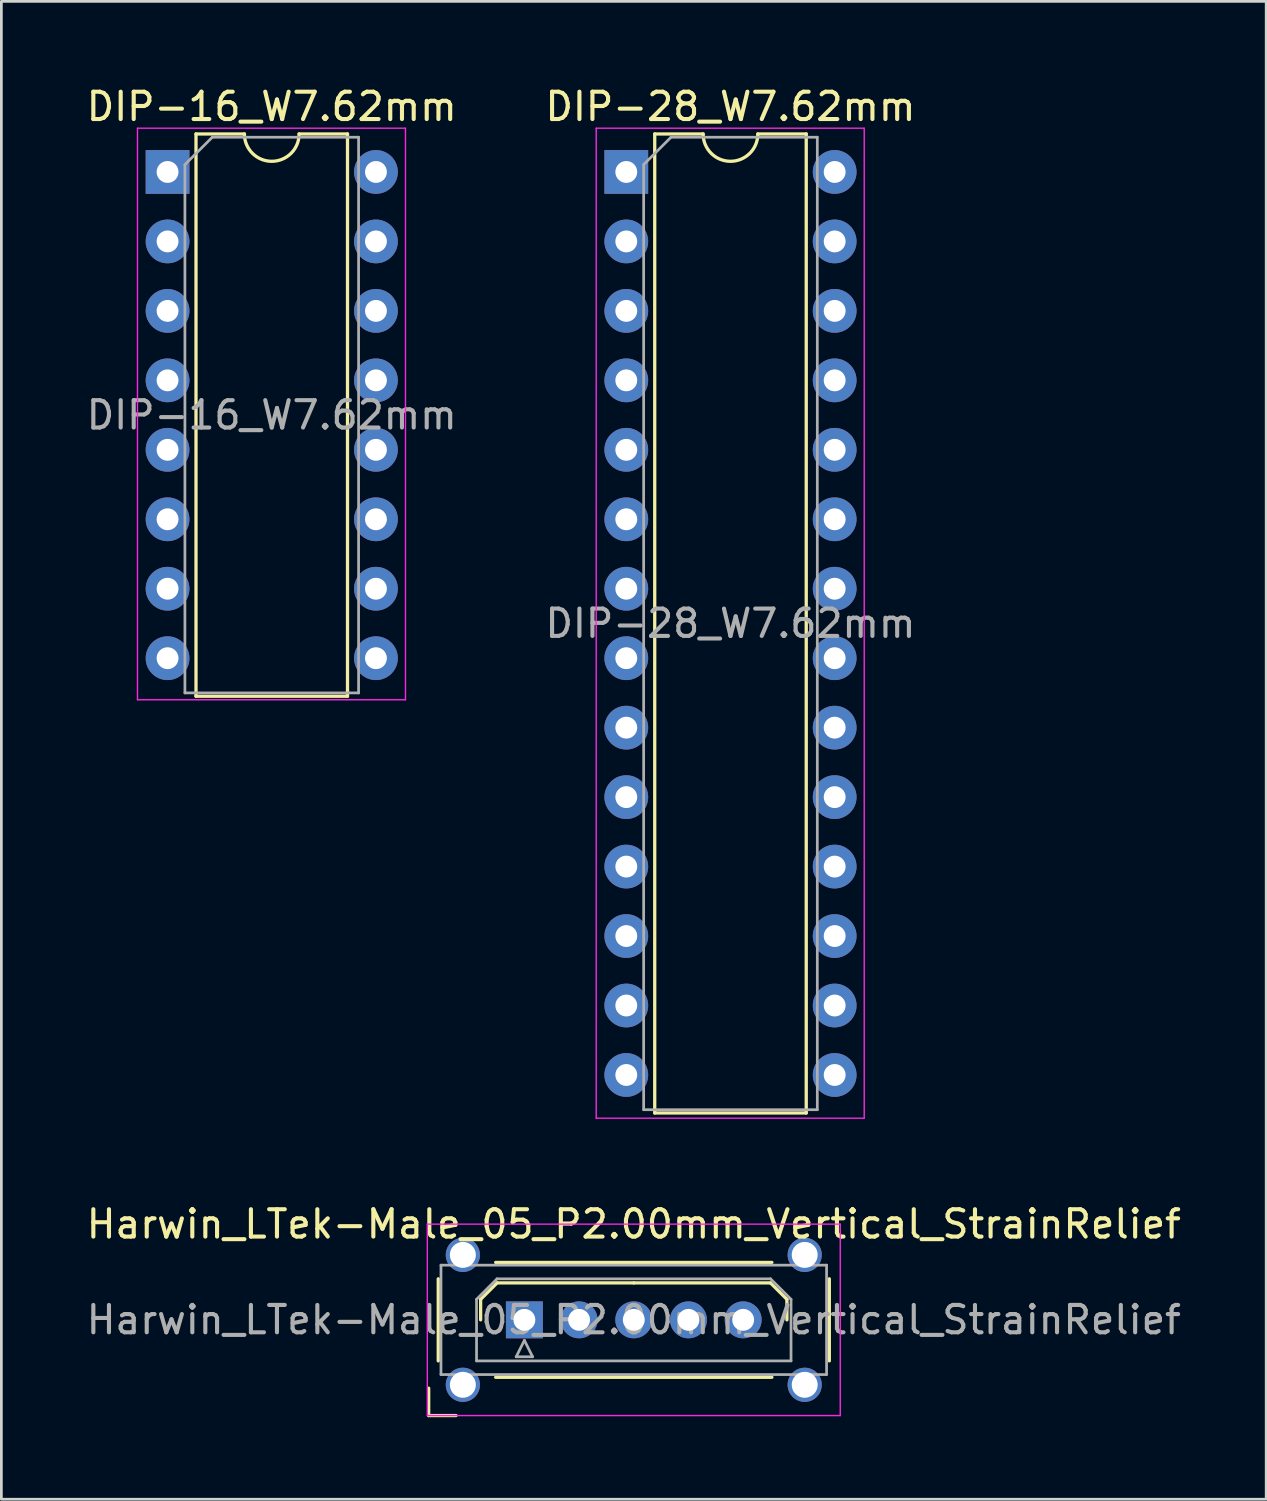
<source format=kicad_pcb>
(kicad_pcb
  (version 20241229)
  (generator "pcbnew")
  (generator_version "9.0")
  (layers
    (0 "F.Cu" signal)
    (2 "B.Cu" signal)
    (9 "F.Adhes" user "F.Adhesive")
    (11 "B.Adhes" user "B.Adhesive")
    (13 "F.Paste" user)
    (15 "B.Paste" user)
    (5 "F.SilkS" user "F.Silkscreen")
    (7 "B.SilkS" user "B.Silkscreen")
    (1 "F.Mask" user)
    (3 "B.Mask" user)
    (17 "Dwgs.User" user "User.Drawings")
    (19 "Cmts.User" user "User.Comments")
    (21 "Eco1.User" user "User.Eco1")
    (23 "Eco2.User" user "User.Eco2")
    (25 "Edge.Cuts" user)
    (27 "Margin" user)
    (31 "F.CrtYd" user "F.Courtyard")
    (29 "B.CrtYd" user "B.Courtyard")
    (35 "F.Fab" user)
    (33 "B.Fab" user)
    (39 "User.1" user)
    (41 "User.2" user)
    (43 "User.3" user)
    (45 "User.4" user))
  (footprint "DIP-28_W7.62mm"
    (layer "F.Cu")
    (at 19.851 3.238)
    (property "Reference" "DIP-28_W7.62mm" (at 3.81 -2.39 0) (layer "F.SilkS") (effects (font (size 1 1) (thickness 0.15))))
    (attr through_hole)
    (fp_line (start 1.04 -1.39) (end 1.04 34.41) (stroke (width 0.12) (type solid)) (layer "F.SilkS"))
    (fp_line (start 1.04 34.41) (end 6.58 34.41) (stroke (width 0.12) (type solid)) (layer "F.SilkS"))
    (fp_line (start 2.81 -1.39) (end 1.04 -1.39) (stroke (width 0.12) (type solid)) (layer "F.SilkS"))
    (fp_line (start 6.58 -1.39) (end 4.81 -1.39) (stroke (width 0.12) (type solid)) (layer "F.SilkS"))
    (fp_line (start 6.58 34.41) (end 6.58 -1.39) (stroke (width 0.12) (type solid)) (layer "F.SilkS"))
    (fp_arc (start 4.81 -1.39) (mid 3.81 -0.39) (end 2.81 -1.39) (stroke (width 0.12) (type solid)) (layer "F.SilkS"))
    (fp_line (start -1.1 -1.6) (end -1.1 34.6) (stroke (width 0.05) (type solid)) (layer "F.CrtYd"))
    (fp_line (start -1.1 34.6) (end 8.7 34.6) (stroke (width 0.05) (type solid)) (layer "F.CrtYd"))
    (fp_line (start 8.7 -1.6) (end -1.1 -1.6) (stroke (width 0.05) (type solid)) (layer "F.CrtYd"))
    (fp_line (start 8.7 34.6) (end 8.7 -1.6) (stroke (width 0.05) (type solid)) (layer "F.CrtYd"))
    (fp_line (start 0.635 -0.27) (end 1.635 -1.27) (stroke (width 0.1) (type solid)) (layer "F.Fab"))
    (fp_line (start 0.635 34.29) (end 0.635 -0.27) (stroke (width 0.1) (type solid)) (layer "F.Fab"))
    (fp_line (start 1.635 -1.27) (end 6.985 -1.27) (stroke (width 0.1) (type solid)) (layer "F.Fab"))
    (fp_line (start 6.985 -1.27) (end 6.985 34.29) (stroke (width 0.1) (type solid)) (layer "F.Fab"))
    (fp_line (start 6.985 34.29) (end 0.635 34.29) (stroke (width 0.1) (type solid)) (layer "F.Fab"))
    (fp_text user "${REFERENCE}" (at 3.81 16.51 0) (layer "F.Fab") (effects (font (size 1 1) (thickness 0.15))))
    (pad "1" thru_hole rect (at 0 0) (size 1.6 1.6) (drill 0.8) (layers "*.Cu" "*.Mask"))
    (pad "2" thru_hole oval (at 0 2.54) (size 1.6 1.6) (drill 0.8) (layers "*.Cu" "*.Mask"))
    (pad "3" thru_hole oval (at 0 5.08) (size 1.6 1.6) (drill 0.8) (layers "*.Cu" "*.Mask"))
    (pad "4" thru_hole oval (at 0 7.62) (size 1.6 1.6) (drill 0.8) (layers "*.Cu" "*.Mask"))
    (pad "5" thru_hole oval (at 0 10.16) (size 1.6 1.6) (drill 0.8) (layers "*.Cu" "*.Mask"))
    (pad "6" thru_hole oval (at 0 12.7) (size 1.6 1.6) (drill 0.8) (layers "*.Cu" "*.Mask"))
    (pad "7" thru_hole oval (at 0 15.24) (size 1.6 1.6) (drill 0.8) (layers "*.Cu" "*.Mask"))
    (pad "8" thru_hole oval (at 0 17.78) (size 1.6 1.6) (drill 0.8) (layers "*.Cu" "*.Mask"))
    (pad "9" thru_hole oval (at 0 20.32) (size 1.6 1.6) (drill 0.8) (layers "*.Cu" "*.Mask"))
    (pad "10" thru_hole oval (at 0 22.86) (size 1.6 1.6) (drill 0.8) (layers "*.Cu" "*.Mask"))
    (pad "11" thru_hole oval (at 0 25.4) (size 1.6 1.6) (drill 0.8) (layers "*.Cu" "*.Mask"))
    (pad "12" thru_hole oval (at 0 27.94) (size 1.6 1.6) (drill 0.8) (layers "*.Cu" "*.Mask"))
    (pad "13" thru_hole oval (at 0 30.48) (size 1.6 1.6) (drill 0.8) (layers "*.Cu" "*.Mask"))
    (pad "14" thru_hole oval (at 0 33.02) (size 1.6 1.6) (drill 0.8) (layers "*.Cu" "*.Mask"))
    (pad "15" thru_hole oval (at 7.62 33.02) (size 1.6 1.6) (drill 0.8) (layers "*.Cu" "*.Mask"))
    (pad "16" thru_hole oval (at 7.62 30.48) (size 1.6 1.6) (drill 0.8) (layers "*.Cu" "*.Mask"))
    (pad "17" thru_hole oval (at 7.62 27.94) (size 1.6 1.6) (drill 0.8) (layers "*.Cu" "*.Mask"))
    (pad "18" thru_hole oval (at 7.62 25.4) (size 1.6 1.6) (drill 0.8) (layers "*.Cu" "*.Mask"))
    (pad "19" thru_hole oval (at 7.62 22.86) (size 1.6 1.6) (drill 0.8) (layers "*.Cu" "*.Mask"))
    (pad "20" thru_hole oval (at 7.62 20.32) (size 1.6 1.6) (drill 0.8) (layers "*.Cu" "*.Mask"))
    (pad "21" thru_hole oval (at 7.62 17.78) (size 1.6 1.6) (drill 0.8) (layers "*.Cu" "*.Mask"))
    (pad "22" thru_hole oval (at 7.62 15.24) (size 1.6 1.6) (drill 0.8) (layers "*.Cu" "*.Mask"))
    (pad "23" thru_hole oval (at 7.62 12.7) (size 1.6 1.6) (drill 0.8) (layers "*.Cu" "*.Mask"))
    (pad "24" thru_hole oval (at 7.62 10.16) (size 1.6 1.6) (drill 0.8) (layers "*.Cu" "*.Mask"))
    (pad "25" thru_hole oval (at 7.62 7.62) (size 1.6 1.6) (drill 0.8) (layers "*.Cu" "*.Mask"))
    (pad "26" thru_hole oval (at 7.62 5.08) (size 1.6 1.6) (drill 0.8) (layers "*.Cu" "*.Mask"))
    (pad "27" thru_hole oval (at 7.62 2.54) (size 1.6 1.6) (drill 0.8) (layers "*.Cu" "*.Mask"))
    (pad "28" thru_hole oval (at 7.62 0) (size 1.6 1.6) (drill 0.8) (layers "*.Cu" "*.Mask")))
  (footprint "Harwin_LTek-Male_05_P2.00mm_Vertical_StrainRelief"
    (layer "F.Cu")
    (at 16.125 45.212)
    (property "Reference" "Harwin_LTek-Male_05_P2.00mm_Vertical_StrainRelief" (at 4 -3.5 0) (layer "F.SilkS") (effects (font (size 1 1) (thickness 0.15))))
    (attr through_hole)
    (fp_line (start -3.5 2.5) (end -3.5 3.5) (stroke (width 0.12) (type solid)) (layer "F.SilkS"))
    (fp_line (start -3.5 3.5) (end -2.5 3.5) (stroke (width 0.12) (type solid)) (layer "F.SilkS"))
    (fp_line (start -3.15 -1.5) (end -3.15 1.5) (stroke (width 0.12) (type solid)) (layer "F.SilkS"))
    (fp_line (start -1.6 -0.75) (end -1 -1.35) (stroke (width 0.12) (type solid)) (layer "F.SilkS"))
    (fp_line (start -1.6 0) (end -1.6 -0.75) (stroke (width 0.12) (type solid)) (layer "F.SilkS"))
    (fp_line (start -1.05 -2.1) (end 9.05 -2.1) (stroke (width 0.12) (type solid)) (layer "F.SilkS"))
    (fp_line (start -1.05 2.1) (end 9.05 2.1) (stroke (width 0.12) (type solid)) (layer "F.SilkS"))
    (fp_line (start -1 -1.35) (end 4 -1.35) (stroke (width 0.12) (type solid)) (layer "F.SilkS"))
    (fp_line (start 9 -1.35) (end 4 -1.35) (stroke (width 0.12) (type solid)) (layer "F.SilkS"))
    (fp_line (start 9.6 -0.75) (end 9 -1.35) (stroke (width 0.12) (type solid)) (layer "F.SilkS"))
    (fp_line (start 9.6 0) (end 9.6 -0.75) (stroke (width 0.12) (type solid)) (layer "F.SilkS"))
    (fp_line (start 11.15 -1.5) (end 11.15 1.5) (stroke (width 0.12) (type solid)) (layer "F.SilkS"))
    (fp_line (start -3.55 -3.5) (end -3.55 3.5) (stroke (width 0.05) (type solid)) (layer "F.CrtYd"))
    (fp_line (start -3.55 3.5) (end 11.55 3.5) (stroke (width 0.05) (type solid)) (layer "F.CrtYd"))
    (fp_line (start 11.55 -3.5) (end -3.55 -3.5) (stroke (width 0.05) (type solid)) (layer "F.CrtYd"))
    (fp_line (start 11.55 3.5) (end 11.55 -3.5) (stroke (width 0.05) (type solid)) (layer "F.CrtYd"))
    (fp_line (start -3.05 -2) (end -3.05 2) (stroke (width 0.1) (type solid)) (layer "F.Fab"))
    (fp_line (start -3.05 2) (end 11.05 2) (stroke (width 0.1) (type solid)) (layer "F.Fab"))
    (fp_line (start -1.75 -0.75) (end -1 -1.5) (stroke (width 0.1) (type solid)) (layer "F.Fab"))
    (fp_line (start -1.75 1.5) (end -1.75 -0.75) (stroke (width 0.1) (type solid)) (layer "F.Fab"))
    (fp_line (start -1 -1.5) (end 9 -1.5) (stroke (width 0.1) (type solid)) (layer "F.Fab"))
    (fp_line (start -0.3 1.35) (end 0.3 1.35) (stroke (width 0.1) (type solid)) (layer "F.Fab"))
    (fp_line (start 0 0.75) (end -0.3 1.35) (stroke (width 0.1) (type solid)) (layer "F.Fab"))
    (fp_line (start 0.3 1.35) (end 0 0.75) (stroke (width 0.1) (type solid)) (layer "F.Fab"))
    (fp_line (start 9 -1.5) (end 9.75 -0.75) (stroke (width 0.1) (type solid)) (layer "F.Fab"))
    (fp_line (start 9.75 -0.75) (end 9.75 1.5) (stroke (width 0.1) (type solid)) (layer "F.Fab"))
    (fp_line (start 9.75 1.5) (end -1.75 1.5) (stroke (width 0.1) (type solid)) (layer "F.Fab"))
    (fp_line (start 11.05 -2) (end -3.05 -2) (stroke (width 0.1) (type solid)) (layer "F.Fab"))
    (fp_line (start 11.05 2) (end 11.05 -2) (stroke (width 0.1) (type solid)) (layer "F.Fab"))
    (fp_text user "${REFERENCE}" (at 4 0 0) (layer "F.Fab") (effects (font (size 1 1) (thickness 0.15))))
    (pad "" thru_hole circle (at -2.25 -2.375) (size 1.25 1.25) (drill 0.95) (layers "*.Cu" "*.Mask"))
    (pad "" thru_hole circle (at -2.25 2.375) (size 1.25 1.25) (drill 0.95) (layers "*.Cu" "*.Mask"))
    (pad "" thru_hole circle (at 10.25 -2.375) (size 1.25 1.25) (drill 0.95) (layers "*.Cu" "*.Mask"))
    (pad "" thru_hole circle (at 10.25 2.375) (size 1.25 1.25) (drill 0.95) (layers "*.Cu" "*.Mask"))
    (pad "1" thru_hole rect (at 0 0) (size 1.35 1.35) (drill 0.8) (layers "*.Cu" "*.Mask"))
    (pad "2" thru_hole circle (at 2 0) (size 1.35 1.35) (drill 0.8) (layers "*.Cu" "*.Mask"))
    (pad "3" thru_hole circle (at 4 0) (size 1.35 1.35) (drill 0.8) (layers "*.Cu" "*.Mask"))
    (pad "4" thru_hole circle (at 6 0) (size 1.35 1.35) (drill 0.8) (layers "*.Cu" "*.Mask"))
    (pad "5" thru_hole circle (at 8 0) (size 1.35 1.35) (drill 0.8) (layers "*.Cu" "*.Mask")))
  (footprint "DIP-16_W7.62mm"
    (layer "F.Cu")
    (at 3.077 3.238)
    (property "Reference" "DIP-16_W7.62mm" (at 3.81 -2.39 0) (layer "F.SilkS") (effects (font (size 1 1) (thickness 0.15))))
    (attr through_hole)
    (fp_line (start 1.04 -1.39) (end 1.04 19.17) (stroke (width 0.12) (type solid)) (layer "F.SilkS"))
    (fp_line (start 1.04 19.17) (end 6.58 19.17) (stroke (width 0.12) (type solid)) (layer "F.SilkS"))
    (fp_line (start 2.81 -1.39) (end 1.04 -1.39) (stroke (width 0.12) (type solid)) (layer "F.SilkS"))
    (fp_line (start 6.58 -1.39) (end 4.81 -1.39) (stroke (width 0.12) (type solid)) (layer "F.SilkS"))
    (fp_line (start 6.58 19.17) (end 6.58 -1.39) (stroke (width 0.12) (type solid)) (layer "F.SilkS"))
    (fp_arc (start 4.81 -1.39) (mid 3.81 -0.39) (end 2.81 -1.39) (stroke (width 0.12) (type solid)) (layer "F.SilkS"))
    (fp_line (start -1.1 -1.6) (end -1.1 19.3) (stroke (width 0.05) (type solid)) (layer "F.CrtYd"))
    (fp_line (start -1.1 19.3) (end 8.7 19.3) (stroke (width 0.05) (type solid)) (layer "F.CrtYd"))
    (fp_line (start 8.7 -1.6) (end -1.1 -1.6) (stroke (width 0.05) (type solid)) (layer "F.CrtYd"))
    (fp_line (start 8.7 19.3) (end 8.7 -1.6) (stroke (width 0.05) (type solid)) (layer "F.CrtYd"))
    (fp_line (start 0.635 -0.27) (end 1.635 -1.27) (stroke (width 0.1) (type solid)) (layer "F.Fab"))
    (fp_line (start 0.635 19.05) (end 0.635 -0.27) (stroke (width 0.1) (type solid)) (layer "F.Fab"))
    (fp_line (start 1.635 -1.27) (end 6.985 -1.27) (stroke (width 0.1) (type solid)) (layer "F.Fab"))
    (fp_line (start 6.985 -1.27) (end 6.985 19.05) (stroke (width 0.1) (type solid)) (layer "F.Fab"))
    (fp_line (start 6.985 19.05) (end 0.635 19.05) (stroke (width 0.1) (type solid)) (layer "F.Fab"))
    (fp_text user "${REFERENCE}" (at 3.81 8.89 0) (layer "F.Fab") (effects (font (size 1 1) (thickness 0.15))))
    (pad "1" thru_hole rect (at 0 0) (size 1.6 1.6) (drill 0.8) (layers "*.Cu" "*.Mask"))
    (pad "2" thru_hole oval (at 0 2.54) (size 1.6 1.6) (drill 0.8) (layers "*.Cu" "*.Mask"))
    (pad "3" thru_hole oval (at 0 5.08) (size 1.6 1.6) (drill 0.8) (layers "*.Cu" "*.Mask"))
    (pad "4" thru_hole oval (at 0 7.62) (size 1.6 1.6) (drill 0.8) (layers "*.Cu" "*.Mask"))
    (pad "5" thru_hole oval (at 0 10.16) (size 1.6 1.6) (drill 0.8) (layers "*.Cu" "*.Mask"))
    (pad "6" thru_hole oval (at 0 12.7) (size 1.6 1.6) (drill 0.8) (layers "*.Cu" "*.Mask"))
    (pad "7" thru_hole oval (at 0 15.24) (size 1.6 1.6) (drill 0.8) (layers "*.Cu" "*.Mask"))
    (pad "8" thru_hole oval (at 0 17.78) (size 1.6 1.6) (drill 0.8) (layers "*.Cu" "*.Mask"))
    (pad "9" thru_hole oval (at 7.62 17.78) (size 1.6 1.6) (drill 0.8) (layers "*.Cu" "*.Mask"))
    (pad "10" thru_hole oval (at 7.62 15.24) (size 1.6 1.6) (drill 0.8) (layers "*.Cu" "*.Mask"))
    (pad "11" thru_hole oval (at 7.62 12.7) (size 1.6 1.6) (drill 0.8) (layers "*.Cu" "*.Mask"))
    (pad "12" thru_hole oval (at 7.62 10.16) (size 1.6 1.6) (drill 0.8) (layers "*.Cu" "*.Mask"))
    (pad "13" thru_hole oval (at 7.62 7.62) (size 1.6 1.6) (drill 0.8) (layers "*.Cu" "*.Mask"))
    (pad "14" thru_hole oval (at 7.62 5.08) (size 1.6 1.6) (drill 0.8) (layers "*.Cu" "*.Mask"))
    (pad "15" thru_hole oval (at 7.62 2.54) (size 1.6 1.6) (drill 0.8) (layers "*.Cu" "*.Mask"))
    (pad "16" thru_hole oval (at 7.62 0) (size 1.6 1.6) (drill 0.8) (layers "*.Cu" "*.Mask")))
  (gr_rect
    (start -3 -3)
    (end 43.25 51.772)
    (stroke (width 0.1) (type default))
    (fill no)
    (layer "Edge.Cuts")))
</source>
